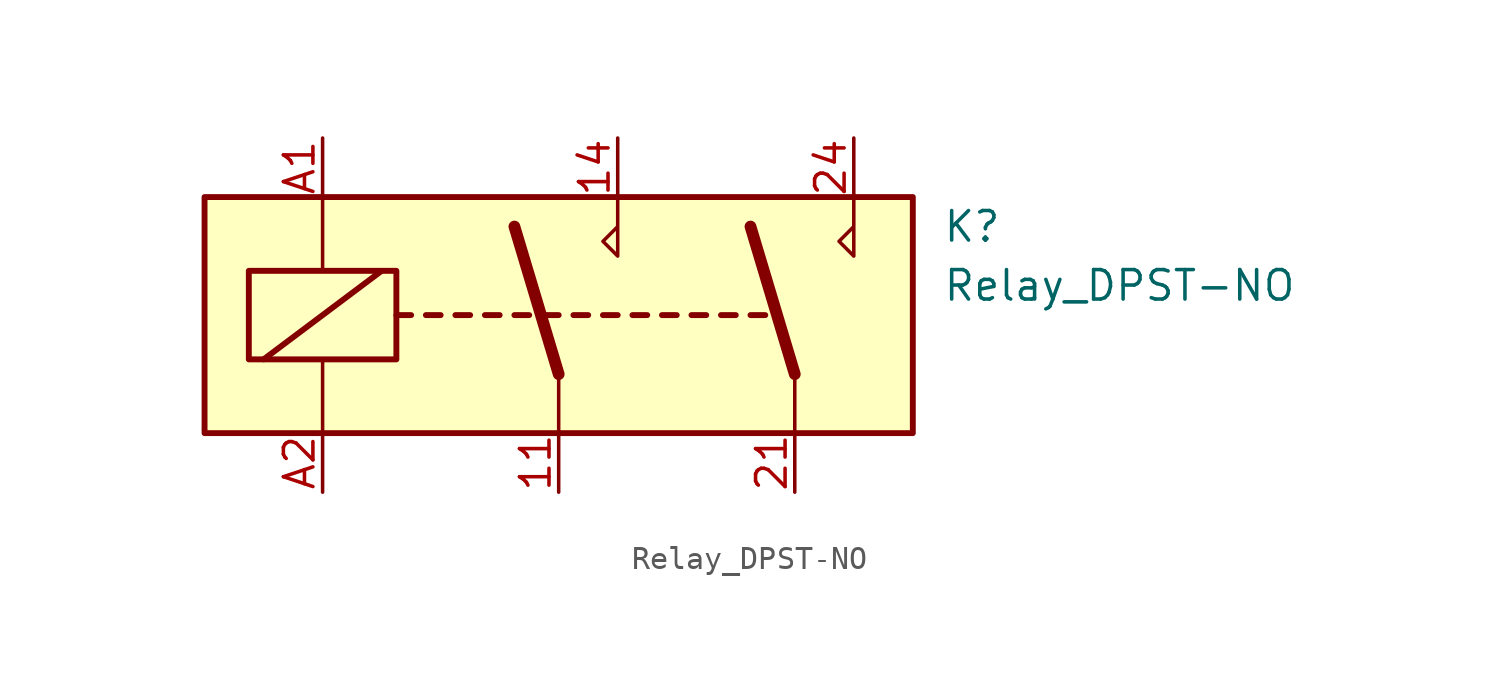
<source format=kicad_sym>
(kicad_symbol_lib
  (version 20220914)
  (generator kicad_symbol_editor)
  (symbol "Relay_DPST-NO"
    (property "Reference" "K"
      (at 16.51 3.81 0)
      (effects (font (size 1.27 1.27)) (justify left)))
    (property "Value" "Relay_DPST-NO"
      (at 16.51 1.27 0)
      (effects (font (size 1.27 1.27)) (justify left)))
    (symbol "Relay_DPST-NO_0_1"
      (rectangle (start -15.24 5.08) (end 15.24 -5.08) (stroke (width 0.254) (type default)) (fill (type background)))
      (rectangle (start -13.335 1.905) (end -6.985 -1.905) (stroke (width 0.254) (type default)) (fill (type none)))
      (polyline (pts (xy -12.7 -1.905) (xy -7.62 1.905)) (stroke (width 0.254) (type default)) (fill (type none)))
      (polyline (pts (xy -10.16 -5.08) (xy -10.16 -1.905)) (stroke (width 0) (type default)) (fill (type none)))
      (polyline (pts (xy -10.16 5.08) (xy -10.16 1.905)) (stroke (width 0) (type default)) (fill (type none)))
      (polyline (pts (xy -6.985 0) (xy -6.35 0)) (stroke (width 0.254) (type default)) (fill (type none)))
      (polyline (pts (xy -5.715 0) (xy -5.08 0)) (stroke (width 0.254) (type default)) (fill (type none)))
      (polyline (pts (xy -4.445 0) (xy -3.81 0)) (stroke (width 0.254) (type default)) (fill (type none)))
      (polyline (pts (xy -3.175 0) (xy -2.54 0)) (stroke (width 0.254) (type default)) (fill (type none)))
      (polyline (pts (xy -1.905 0) (xy -1.27 0)) (stroke (width 0.254) (type default)) (fill (type none)))
      (polyline (pts (xy -0.635 0) (xy 0 0)) (stroke (width 0.254) (type default)) (fill (type none)))
      (polyline (pts (xy 0 -2.54) (xy -1.905 3.81)) (stroke (width 0.508) (type default)) (fill (type none)))
      (polyline (pts (xy 0 -2.54) (xy 0 -5.08)) (stroke (width 0) (type default)) (fill (type none)))
      (polyline (pts (xy 0.635 0) (xy 1.27 0)) (stroke (width 0.254) (type default)) (fill (type none)))
      (polyline (pts (xy 1.905 0) (xy 2.54 0)) (stroke (width 0.254) (type default)) (fill (type none)))
      (polyline (pts (xy 3.175 0) (xy 3.81 0)) (stroke (width 0.254) (type default)) (fill (type none)))
      (polyline (pts (xy 4.445 0) (xy 5.08 0)) (stroke (width 0.254) (type default)) (fill (type none)))
      (polyline (pts (xy 5.715 0) (xy 6.35 0)) (stroke (width 0.254) (type default)) (fill (type none)))
      (polyline (pts (xy 6.985 0) (xy 7.62 0)) (stroke (width 0.254) (type default)) (fill (type none)))
      (polyline (pts (xy 8.255 0) (xy 8.89 0)) (stroke (width 0.254) (type default)) (fill (type none)))
      (polyline (pts (xy 10.16 -2.54) (xy 8.255 3.81)) (stroke (width 0.508) (type default)) (fill (type none)))
      (polyline (pts (xy 10.16 -2.54) (xy 10.16 -5.08)) (stroke (width 0) (type default)) (fill (type none)))
      (polyline (pts (xy 2.54 5.08) (xy 2.54 2.54) (xy 1.905 3.175) (xy 2.54 3.81)) (stroke (width 0) (type default)) (fill (type none)))
      (polyline (pts (xy 12.7 5.08) (xy 12.7 2.54) (xy 12.065 3.175) (xy 12.7 3.81)) (stroke (width 0) (type default)) (fill (type none))))
    (symbol "Relay_DPST-NO_1_1"
      (pin passive line (at 0 -7.62 90) (length 2.54) (name "~" (effects (font (size 1.27 1.27)))) (number "11" (effects (font (size 1.27 1.27)))))
      (pin passive line (at 2.54 7.62 270) (length 2.54) (name "~" (effects (font (size 1.27 1.27)))) (number "14" (effects (font (size 1.27 1.27)))))
      (pin passive line (at 10.16 -7.62 90) (length 2.54) (name "~" (effects (font (size 1.27 1.27)))) (number "21" (effects (font (size 1.27 1.27)))))
      (pin passive line (at 12.7 7.62 270) (length 2.54) (name "~" (effects (font (size 1.27 1.27)))) (number "24" (effects (font (size 1.27 1.27)))))
      (pin passive line (at -10.16 7.62 270) (length 2.54) (name "~" (effects (font (size 1.27 1.27)))) (number "A1" (effects (font (size 1.27 1.27)))))
      (pin passive line (at -10.16 -7.62 90) (length 2.54) (name "~" (effects (font (size 1.27 1.27)))) (number "A2" (effects (font (size 1.27 1.27))))))))
</source>
